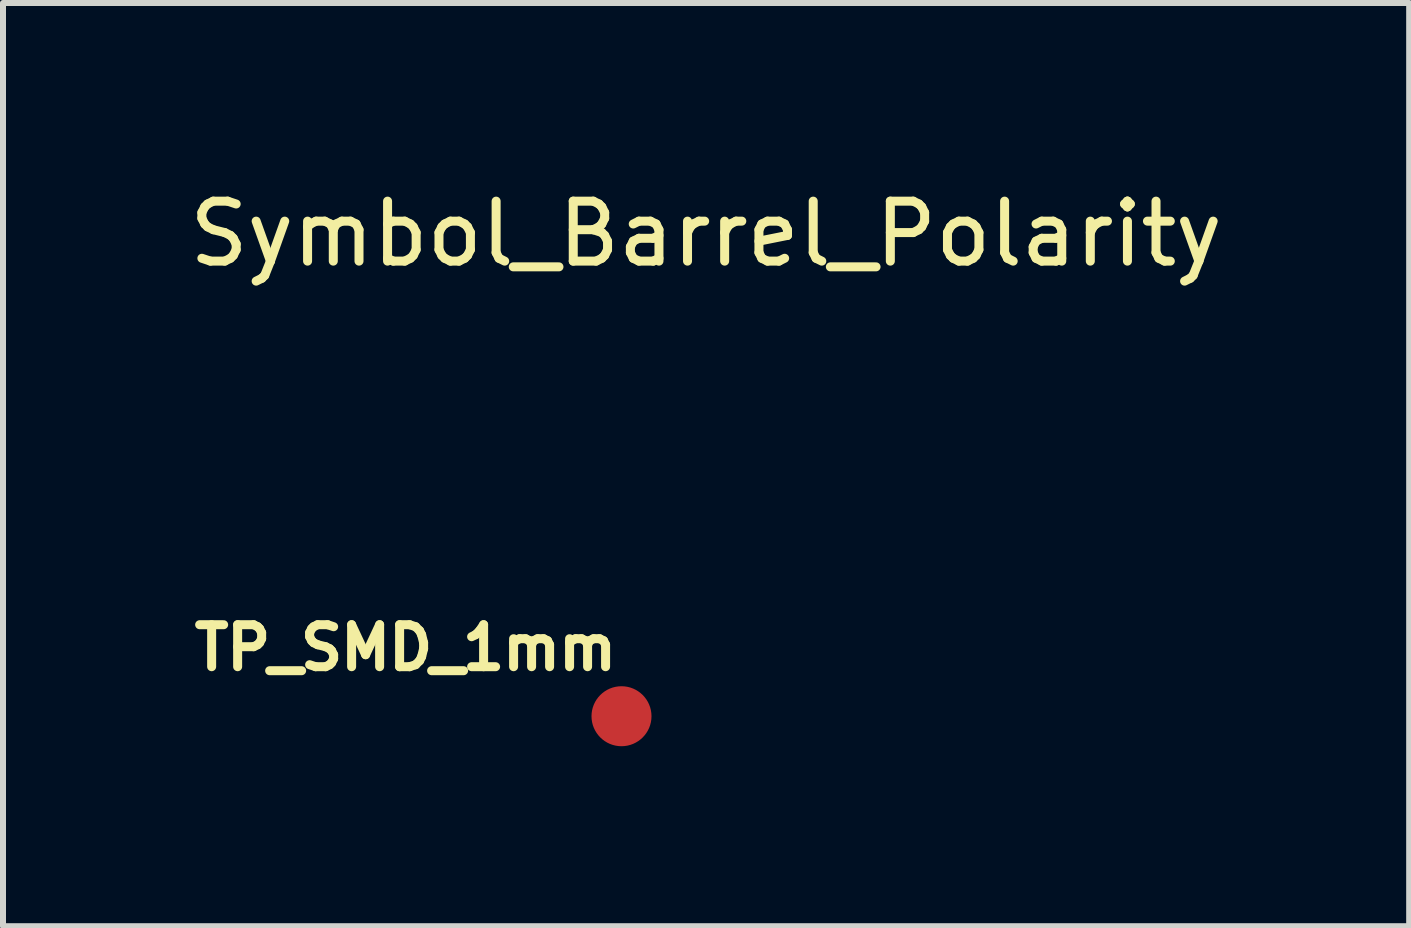
<source format=kicad_pcb>
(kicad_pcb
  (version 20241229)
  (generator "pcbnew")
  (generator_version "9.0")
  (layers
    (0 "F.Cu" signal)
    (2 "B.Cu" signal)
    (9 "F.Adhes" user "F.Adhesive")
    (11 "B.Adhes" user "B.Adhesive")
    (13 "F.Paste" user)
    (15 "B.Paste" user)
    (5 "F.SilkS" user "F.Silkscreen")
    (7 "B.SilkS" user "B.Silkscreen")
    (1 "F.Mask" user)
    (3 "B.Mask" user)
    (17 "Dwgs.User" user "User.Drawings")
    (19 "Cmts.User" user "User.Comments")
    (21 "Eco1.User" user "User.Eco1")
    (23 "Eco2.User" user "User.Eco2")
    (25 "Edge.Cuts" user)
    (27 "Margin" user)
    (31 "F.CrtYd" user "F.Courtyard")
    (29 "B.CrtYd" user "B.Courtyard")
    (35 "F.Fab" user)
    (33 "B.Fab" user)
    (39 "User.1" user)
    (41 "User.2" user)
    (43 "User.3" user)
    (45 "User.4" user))
  (footprint "TP_SMD_1mm"
    (layer "F.Cu")
    (at 7.31 8.889)
    (property "Reference" "TP_SMD_1mm" (at 0 -0.732 0) (layer "F.SilkS") (effects (font (size 0.7 0.7) (thickness 0.15)) (justify right bottom)))
    (attr exclude_from_pos_files)
    (pad "1" smd circle (at 0 0 180) (size 1 1) (layers "F.Cu" "F.Mask")))
  (footprint "Symbol_Barrel_Polarity"
    (layer "F.Cu")
    (at 8.72 2.848)
    (property "Reference" "Symbol_Barrel_Polarity" (at 0 -2 0) (layer "F.SilkS") (effects (font (size 1 1) (thickness 0.15))))
    (attr board_only exclude_from_pos_files exclude_from_bom)
    (fp_line (start -2 0.075) (end -1.1 0.075) (stroke (width 0.15) (type solid)) (layer "Eco1.User"))
    (fp_line (start 0 0.075) (end 2 0.075) (stroke (width 0.15) (type solid)) (layer "Eco1.User"))
    (fp_arc (start 0.75 0.75) (mid -1.007627 0.128033) (end 0.675 -0.675) (stroke (width 0.15) (type solid)) (layer "Eco1.User"))
    (fp_circle (center -3 0.075) (end -2.075 0.075) (stroke (width 0.15) (type solid)) (fill no) (layer "Eco1.User"))
    (fp_circle (center 0 0.075) (end 0.175 0.075) (stroke (width 0.5) (type solid)) (fill no) (layer "Eco1.User"))
    (fp_circle (center 3 0.075) (end 3.925 0.075) (stroke (width 0.15) (type solid)) (fill no) (layer "Eco1.User")))
  (gr_rect
    (start -3 -3)
    (end 20.44 12.389)
    (stroke (width 0.1) (type default))
    (fill no)
    (layer "Edge.Cuts")))
</source>
